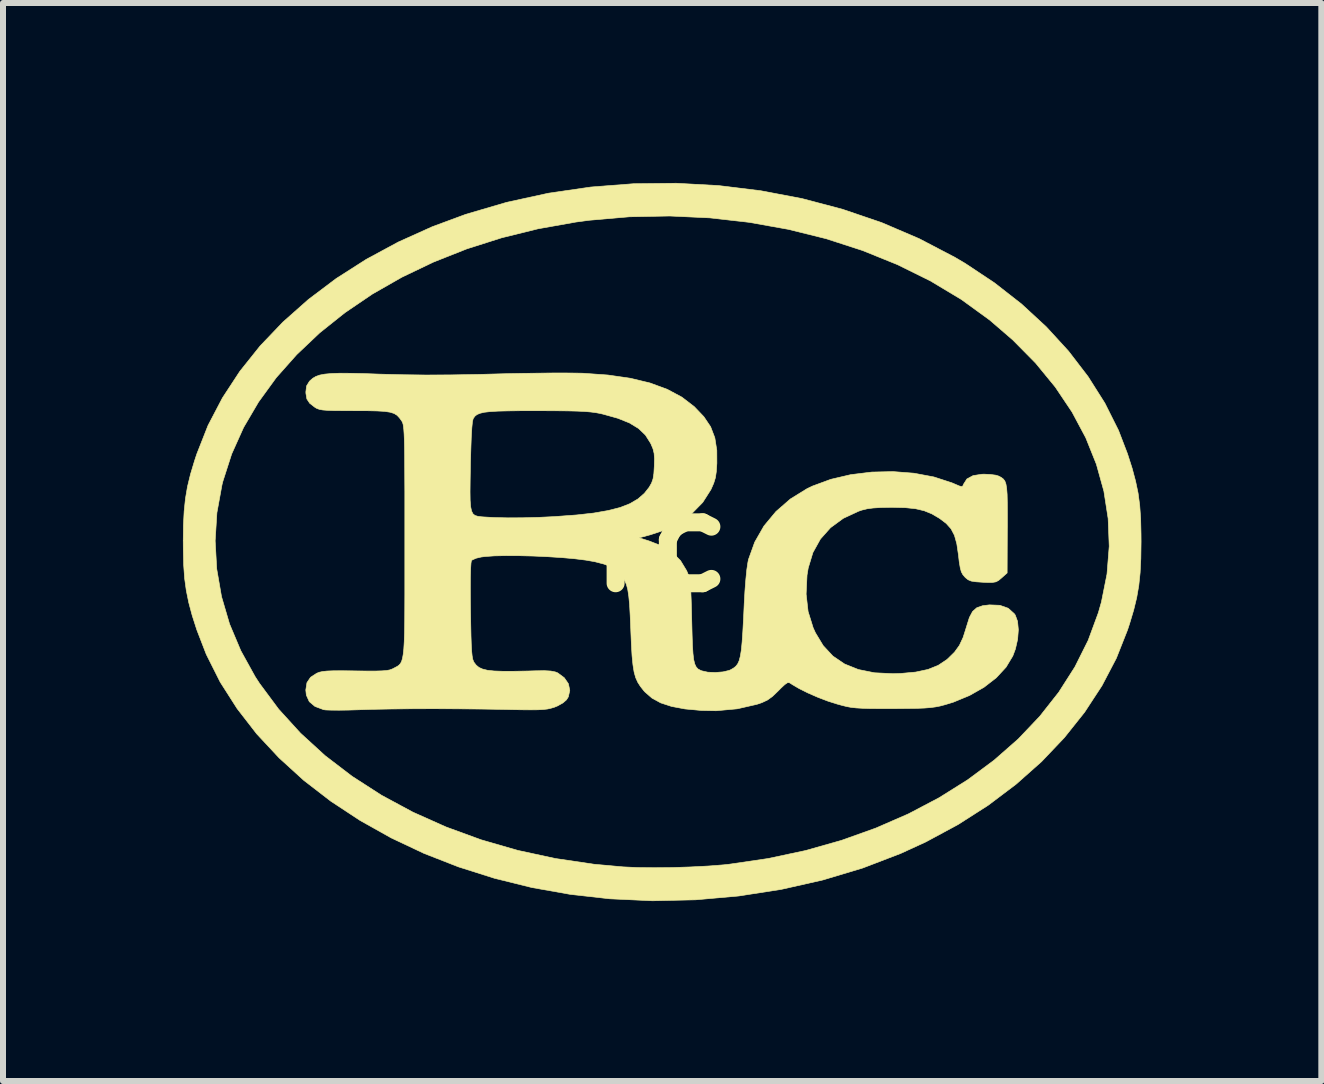
<source format=kicad_pcb>
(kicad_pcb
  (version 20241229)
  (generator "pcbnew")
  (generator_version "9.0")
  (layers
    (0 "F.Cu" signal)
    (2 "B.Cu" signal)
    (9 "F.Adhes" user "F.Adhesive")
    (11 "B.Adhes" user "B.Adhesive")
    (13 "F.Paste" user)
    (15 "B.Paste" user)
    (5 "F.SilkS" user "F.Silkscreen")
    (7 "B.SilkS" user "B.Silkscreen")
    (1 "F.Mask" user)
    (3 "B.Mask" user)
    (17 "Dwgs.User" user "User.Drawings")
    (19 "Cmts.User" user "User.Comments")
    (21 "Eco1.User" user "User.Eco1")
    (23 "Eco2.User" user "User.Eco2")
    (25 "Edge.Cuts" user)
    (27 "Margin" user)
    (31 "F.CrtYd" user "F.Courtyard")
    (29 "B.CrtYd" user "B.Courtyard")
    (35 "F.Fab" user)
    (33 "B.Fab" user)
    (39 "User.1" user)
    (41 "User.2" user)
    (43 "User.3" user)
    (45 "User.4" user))
  (footprint "rc"
    (layer "F.Cu")
    (at 7.975 5.984)
    (property "Reference" "rc" (at 0 0 0) (layer "F.SilkS") (effects (font (size 1.524 1.524) (thickness 0.3))))
    (attr through_hole)
    (fp_poly (pts (xy 0.957 -5.94) (xy 1.659 -5.854) (xy 2.348 -5.723) (xy 3.021 -5.545) (xy 3.673 -5.323) (xy 4.299 -5.055) (xy 4.896 -4.743) (xy 5.064 -4.644) (xy 5.552 -4.32) (xy 6.005 -3.966) (xy 6.418 -3.585) (xy 6.789 -3.18) (xy 7.115 -2.755) (xy 7.394 -2.314) (xy 7.622 -1.859) (xy 7.772 -1.468) (xy 7.849 -1.227) (xy 7.906 -1.014) (xy 7.948 -0.814) (xy 7.975 -0.612) (xy 7.991 -0.391) (xy 7.997 -0.137) (xy 7.998 0) (xy 7.994 0.278) (xy 7.982 0.516) (xy 7.96 0.727) (xy 7.925 0.929) (xy 7.875 1.135) (xy 7.807 1.362) (xy 7.773 1.466) (xy 7.586 1.939) (xy 7.346 2.397) (xy 7.057 2.839) (xy 6.72 3.262) (xy 6.338 3.664) (xy 5.913 4.041) (xy 5.449 4.391) (xy 4.947 4.712) (xy 4.411 5.001) (xy 3.993 5.193) (xy 3.357 5.437) (xy 2.69 5.637) (xy 1.999 5.793) (xy 1.291 5.903) (xy 0.573 5.967) (xy -0.148 5.983) (xy -0.861 5.95) (xy -1.518 5.876) (xy -2.159 5.762) (xy -2.781 5.608) (xy -3.381 5.418) (xy -3.957 5.193) (xy -4.505 4.934) (xy -5.024 4.643) (xy -5.51 4.323) (xy -5.961 3.975) (xy -6.373 3.6) (xy -6.745 3.201) (xy -7.072 2.779) (xy -7.354 2.337) (xy -7.586 1.875) (xy -7.744 1.466) (xy -7.821 1.226) (xy -7.878 1.013) (xy -7.919 0.812) (xy -7.947 0.609) (xy -7.963 0.386) (xy -7.969 0.13) (xy -7.97 0) (xy -7.97 -0.018) (xy -7.438 -0.018) (xy -7.412 0.45) (xy -7.332 0.913) (xy -7.198 1.369) (xy -7.01 1.815) (xy -6.77 2.249) (xy -6.697 2.361) (xy -6.38 2.788) (xy -6.015 3.189) (xy -5.606 3.563) (xy -5.155 3.908) (xy -4.666 4.223) (xy -4.143 4.505) (xy -3.588 4.753) (xy -3.005 4.966) (xy -2.397 5.142) (xy -1.768 5.278) (xy -1.12 5.374) (xy -0.635 5.418) (xy -0.395 5.429) (xy -0.117 5.432) (xy 0.183 5.429) (xy 0.487 5.419) (xy 0.777 5.404) (xy 1.037 5.384) (xy 1.129 5.374) (xy 1.777 5.279) (xy 2.402 5.146) (xy 3.003 4.976) (xy 3.576 4.771) (xy 4.12 4.534) (xy 4.631 4.265) (xy 5.108 3.966) (xy 5.548 3.639) (xy 5.95 3.286) (xy 6.309 2.908) (xy 6.625 2.507) (xy 6.895 2.084) (xy 7.116 1.642) (xy 7.286 1.181) (xy 7.337 1.002) (xy 7.43 0.537) (xy 7.467 0.072) (xy 7.449 -0.389) (xy 7.378 -0.846) (xy 7.253 -1.295) (xy 7.076 -1.736) (xy 6.847 -2.165) (xy 6.568 -2.581) (xy 6.239 -2.982) (xy 5.86 -3.366) (xy 5.475 -3.698) (xy 5.001 -4.042) (xy 4.486 -4.351) (xy 3.935 -4.623) (xy 3.354 -4.858) (xy 2.746 -5.055) (xy 2.116 -5.211) (xy 1.468 -5.327) (xy 0.808 -5.402) (xy 0.141 -5.433) (xy -0.531 -5.42) (xy -1.201 -5.362) (xy -1.425 -5.332) (xy -2.054 -5.22) (xy -2.661 -5.07) (xy -3.243 -4.885) (xy -3.798 -4.665) (xy -4.323 -4.414) (xy -4.817 -4.132) (xy -5.275 -3.821) (xy -5.697 -3.484) (xy -6.079 -3.122) (xy -6.42 -2.738) (xy -6.715 -2.332) (xy -6.964 -1.908) (xy -7.163 -1.465) (xy -7.31 -1.008) (xy -7.324 -0.952) (xy -7.409 -0.486) (xy -7.438 -0.018) (xy -7.97 -0.018) (xy -7.967 -0.277) (xy -7.955 -0.512) (xy -7.933 -0.723) (xy -7.899 -0.923) (xy -7.849 -1.128) (xy -7.781 -1.354) (xy -7.744 -1.466) (xy -7.557 -1.941) (xy -7.317 -2.4) (xy -7.027 -2.843) (xy -6.69 -3.265) (xy -6.308 -3.665) (xy -5.884 -4.041) (xy -5.421 -4.39) (xy -4.92 -4.71) (xy -4.385 -4.999) (xy -3.819 -5.254) (xy -3.26 -5.461) (xy -2.578 -5.661) (xy -1.882 -5.813) (xy -1.176 -5.916) (xy -0.465 -5.971) (xy 0.248 -5.979) (xy 0.957 -5.94)) (stroke (width 0.01) (type solid)) (fill yes) (layer "F.SilkS"))
    (fp_poly (pts (xy -1.422 -2.814) (xy -1.312 -2.812) (xy -0.89 -2.782) (xy -0.516 -2.728) (xy -0.188 -2.649) (xy 0.098 -2.544) (xy 0.343 -2.413) (xy 0.55 -2.254) (xy 0.709 -2.087) (xy 0.822 -1.919) (xy 0.892 -1.736) (xy 0.925 -1.526) (xy 0.926 -1.312) (xy 0.917 -1.174) (xy 0.902 -1.071) (xy 0.874 -0.98) (xy 0.83 -0.879) (xy 0.824 -0.868) (xy 0.691 -0.659) (xy 0.51 -0.474) (xy 0.288 -0.316) (xy 0.031 -0.19) (xy -0.178 -0.12) (xy -0.37 -0.068) (xy -0.206 -0.016) (xy 0.014 0.069) (xy 0.187 0.177) (xy 0.32 0.312) (xy 0.422 0.48) (xy 0.428 0.494) (xy 0.448 0.542) (xy 0.464 0.593) (xy 0.476 0.652) (xy 0.485 0.73) (xy 0.492 0.834) (xy 0.498 0.971) (xy 0.503 1.152) (xy 0.507 1.312) (xy 0.513 1.543) (xy 0.519 1.725) (xy 0.528 1.863) (xy 0.54 1.965) (xy 0.558 2.037) (xy 0.581 2.085) (xy 0.611 2.118) (xy 0.651 2.14) (xy 0.672 2.149) (xy 0.774 2.172) (xy 0.902 2.177) (xy 1.029 2.167) (xy 1.133 2.142) (xy 1.153 2.133) (xy 1.201 2.106) (xy 1.24 2.076) (xy 1.272 2.036) (xy 1.297 1.982) (xy 1.317 1.906) (xy 1.334 1.803) (xy 1.347 1.667) (xy 1.359 1.492) (xy 1.371 1.272) (xy 1.382 1.03) (xy 1.394 0.817) (xy 1.409 0.624) (xy 1.425 0.463) (xy 1.443 0.343) (xy 1.452 0.296) (xy 1.557 0.004) (xy 1.711 -0.265) (xy 1.911 -0.506) (xy 2.151 -0.715) (xy 2.429 -0.887) (xy 2.521 -0.931) (xy 2.825 -1.043) (xy 3.158 -1.121) (xy 3.508 -1.164) (xy 3.863 -1.172) (xy 4.212 -1.145) (xy 4.543 -1.083) (xy 4.844 -0.985) (xy 4.891 -0.965) (xy 4.968 -0.932) (xy 5.009 -0.922) (xy 5.028 -0.935) (xy 5.038 -0.961) (xy 5.094 -1.049) (xy 5.197 -1.105) (xy 5.344 -1.128) (xy 5.382 -1.129) (xy 5.487 -1.124) (xy 5.578 -1.112) (xy 5.625 -1.097) (xy 5.668 -1.074) (xy 5.701 -1.049) (xy 5.727 -1.015) (xy 5.745 -0.965) (xy 5.757 -0.893) (xy 5.765 -0.792) (xy 5.768 -0.656) (xy 5.769 -0.477) (xy 5.769 -0.249) (xy 5.768 -0.221) (xy 5.765 0.518) (xy 5.673 0.6) (xy 5.623 0.642) (xy 5.578 0.666) (xy 5.519 0.676) (xy 5.431 0.676) (xy 5.359 0.673) (xy 5.243 0.665) (xy 5.166 0.653) (xy 5.114 0.631) (xy 5.068 0.594) (xy 5.062 0.587) (xy 5.027 0.546) (xy 5.001 0.498) (xy 4.983 0.43) (xy 4.966 0.328) (xy 4.953 0.214) (xy 4.926 0.031) (xy 4.887 -0.109) (xy 4.83 -0.218) (xy 4.749 -0.308) (xy 4.638 -0.392) (xy 4.511 -0.467) (xy 4.383 -0.519) (xy 4.239 -0.553) (xy 4.067 -0.571) (xy 3.855 -0.576) (xy 3.824 -0.576) (xy 3.656 -0.573) (xy 3.53 -0.565) (xy 3.432 -0.552) (xy 3.346 -0.531) (xy 3.29 -0.512) (xy 3.034 -0.393) (xy 2.821 -0.237) (xy 2.652 -0.047) (xy 2.527 0.178) (xy 2.449 0.435) (xy 2.429 0.555) (xy 2.414 0.87) (xy 2.447 1.161) (xy 2.531 1.431) (xy 2.569 1.515) (xy 2.699 1.73) (xy 2.861 1.904) (xy 3.056 2.036) (xy 3.286 2.128) (xy 3.554 2.182) (xy 3.862 2.197) (xy 3.993 2.193) (xy 4.242 2.17) (xy 4.447 2.126) (xy 4.616 2.058) (xy 4.759 1.963) (xy 4.78 1.944) (xy 4.888 1.838) (xy 4.969 1.726) (xy 5.031 1.594) (xy 5.085 1.423) (xy 5.09 1.406) (xy 5.136 1.26) (xy 5.189 1.16) (xy 5.259 1.098) (xy 5.356 1.064) (xy 5.469 1.05) (xy 5.644 1.057) (xy 5.783 1.106) (xy 5.884 1.197) (xy 5.9 1.219) (xy 5.939 1.325) (xy 5.952 1.465) (xy 5.94 1.624) (xy 5.903 1.786) (xy 5.86 1.901) (xy 5.747 2.089) (xy 5.584 2.265) (xy 5.379 2.424) (xy 5.137 2.561) (xy 4.866 2.673) (xy 4.727 2.715) (xy 4.648 2.736) (xy 4.571 2.751) (xy 4.488 2.762) (xy 4.388 2.77) (xy 4.263 2.775) (xy 4.102 2.777) (xy 3.896 2.779) (xy 3.852 2.779) (xy 3.642 2.779) (xy 3.478 2.778) (xy 3.351 2.774) (xy 3.25 2.768) (xy 3.166 2.759) (xy 3.09 2.745) (xy 3.01 2.725) (xy 2.93 2.703) (xy 2.775 2.654) (xy 2.608 2.59) (xy 2.443 2.518) (xy 2.297 2.445) (xy 2.184 2.379) (xy 2.161 2.363) (xy 2.131 2.346) (xy 2.1 2.349) (xy 2.057 2.379) (xy 1.992 2.44) (xy 1.948 2.485) (xy 1.853 2.576) (xy 1.77 2.636) (xy 1.676 2.68) (xy 1.593 2.708) (xy 1.265 2.783) (xy 0.913 2.815) (xy 0.666 2.81) (xy 0.394 2.785) (xy 0.171 2.743) (xy -0.01 2.684) (xy -0.156 2.604) (xy -0.274 2.501) (xy -0.292 2.481) (xy -0.348 2.41) (xy -0.393 2.34) (xy -0.428 2.262) (xy -0.454 2.168) (xy -0.473 2.049) (xy -0.488 1.899) (xy -0.499 1.709) (xy -0.509 1.471) (xy -0.509 1.464) (xy -0.519 1.231) (xy -0.529 1.046) (xy -0.543 0.903) (xy -0.56 0.792) (xy -0.583 0.707) (xy -0.614 0.639) (xy -0.653 0.58) (xy -0.7 0.527) (xy -0.773 0.459) (xy -0.853 0.41) (xy -0.956 0.37) (xy -1.098 0.333) (xy -1.116 0.329) (xy -1.258 0.304) (xy -1.443 0.281) (xy -1.657 0.262) (xy -1.891 0.247) (xy -2.132 0.236) (xy -2.369 0.23) (xy -2.59 0.229) (xy -2.784 0.233) (xy -2.94 0.244) (xy -3.002 0.252) (xy -3.087 0.272) (xy -3.15 0.3) (xy -3.166 0.313) (xy -3.173 0.354) (xy -3.179 0.445) (xy -3.183 0.584) (xy -3.184 0.764) (xy -3.183 0.981) (xy -3.181 1.145) (xy -3.177 1.382) (xy -3.173 1.57) (xy -3.168 1.714) (xy -3.162 1.821) (xy -3.154 1.899) (xy -3.145 1.953) (xy -3.132 1.989) (xy -3.121 2.01) (xy -3.085 2.056) (xy -3.04 2.093) (xy -2.98 2.12) (xy -2.899 2.14) (xy -2.789 2.152) (xy -2.646 2.157) (xy -2.461 2.157) (xy -2.23 2.153) (xy -2.099 2.149) (xy -1.948 2.147) (xy -1.842 2.153) (xy -1.767 2.168) (xy -1.727 2.184) (xy -1.618 2.265) (xy -1.549 2.365) (xy -1.526 2.475) (xy -1.55 2.583) (xy -1.581 2.633) (xy -1.64 2.684) (xy -1.729 2.734) (xy -1.785 2.757) (xy -1.84 2.773) (xy -1.897 2.786) (xy -1.967 2.794) (xy -2.057 2.799) (xy -2.177 2.8) (xy -2.334 2.799) (xy -2.539 2.795) (xy -2.568 2.794) (xy -2.975 2.787) (xy -3.384 2.783) (xy -3.785 2.781) (xy -4.168 2.782) (xy -4.523 2.786) (xy -4.839 2.792) (xy -5.052 2.799) (xy -5.219 2.804) (xy -5.373 2.806) (xy -5.501 2.805) (xy -5.592 2.802) (xy -5.63 2.797) (xy -5.774 2.743) (xy -5.869 2.663) (xy -5.918 2.554) (xy -5.927 2.469) (xy -5.908 2.347) (xy -5.847 2.256) (xy -5.745 2.19) (xy -5.702 2.173) (xy -5.647 2.161) (xy -5.574 2.153) (xy -5.472 2.149) (xy -5.333 2.148) (xy -5.148 2.15) (xy -5.102 2.151) (xy -4.909 2.153) (xy -4.763 2.153) (xy -4.657 2.15) (xy -4.581 2.144) (xy -4.527 2.134) (xy -4.486 2.119) (xy -4.466 2.109) (xy -4.43 2.09) (xy -4.398 2.073) (xy -4.372 2.053) (xy -4.349 2.028) (xy -4.33 1.992) (xy -4.315 1.942) (xy -4.303 1.874) (xy -4.293 1.783) (xy -4.286 1.667) (xy -4.281 1.52) (xy -4.278 1.338) (xy -4.277 1.119) (xy -4.276 0.857) (xy -4.276 0.548) (xy -4.276 0.19) (xy -4.276 -0.014) (xy -4.276 -0.392) (xy -4.276 -0.717) (xy -4.276 -0.834) (xy -3.189 -0.834) (xy -3.187 -0.693) (xy -3.179 -0.588) (xy -3.164 -0.516) (xy -3.141 -0.469) (xy -3.107 -0.441) (xy -3.061 -0.427) (xy -3.001 -0.419) (xy -2.963 -0.416) (xy -2.785 -0.406) (xy -2.563 -0.401) (xy -2.312 -0.402) (xy -2.045 -0.409) (xy -1.775 -0.422) (xy -1.75 -0.424) (xy -1.412 -0.449) (xy -1.125 -0.481) (xy -0.885 -0.523) (xy -0.685 -0.574) (xy -0.522 -0.638) (xy -0.39 -0.716) (xy -0.283 -0.809) (xy -0.203 -0.91) (xy -0.163 -0.98) (xy -0.138 -1.051) (xy -0.124 -1.142) (xy -0.117 -1.262) (xy -0.114 -1.386) (xy -0.12 -1.475) (xy -0.138 -1.55) (xy -0.172 -1.631) (xy -0.182 -1.65) (xy -0.265 -1.781) (xy -0.38 -1.891) (xy -0.531 -1.983) (xy -0.725 -2.061) (xy -0.969 -2.129) (xy -1.015 -2.14) (xy -1.089 -2.154) (xy -1.173 -2.165) (xy -1.275 -2.174) (xy -1.401 -2.18) (xy -1.56 -2.184) (xy -1.758 -2.186) (xy -2.003 -2.187) (xy -2.074 -2.187) (xy -2.339 -2.187) (xy -2.554 -2.184) (xy -2.723 -2.18) (xy -2.854 -2.172) (xy -2.952 -2.161) (xy -3.023 -2.144) (xy -3.073 -2.123) (xy -3.108 -2.095) (xy -3.133 -2.06) (xy -3.138 -2.05) (xy -3.149 -2.002) (xy -3.159 -1.901) (xy -3.168 -1.752) (xy -3.175 -1.558) (xy -3.182 -1.324) (xy -3.183 -1.257) (xy -3.187 -1.021) (xy -3.189 -0.834) (xy -4.276 -0.834) (xy -4.277 -0.994) (xy -4.278 -1.227) (xy -4.279 -1.419) (xy -4.281 -1.576) (xy -4.284 -1.701) (xy -4.288 -1.798) (xy -4.293 -1.871) (xy -4.299 -1.924) (xy -4.305 -1.962) (xy -4.314 -1.989) (xy -4.323 -2.008) (xy -4.325 -2.012) (xy -4.365 -2.067) (xy -4.405 -2.11) (xy -4.455 -2.141) (xy -4.522 -2.162) (xy -4.614 -2.176) (xy -4.739 -2.183) (xy -4.904 -2.187) (xy -5.108 -2.187) (xy -5.306 -2.188) (xy -5.456 -2.189) (xy -5.566 -2.193) (xy -5.644 -2.199) (xy -5.699 -2.209) (xy -5.739 -2.223) (xy -5.772 -2.241) (xy -5.773 -2.242) (xy -5.862 -2.311) (xy -5.909 -2.382) (xy -5.925 -2.476) (xy -5.926 -2.501) (xy -5.914 -2.6) (xy -5.868 -2.675) (xy -5.855 -2.689) (xy -5.81 -2.728) (xy -5.759 -2.758) (xy -5.695 -2.781) (xy -5.611 -2.797) (xy -5.501 -2.807) (xy -5.359 -2.812) (xy -5.18 -2.811) (xy -4.956 -2.806) (xy -4.705 -2.797) (xy -4.323 -2.787) (xy -3.925 -2.782) (xy -3.501 -2.784) (xy -3.039 -2.792) (xy -2.818 -2.798) (xy -2.555 -2.805) (xy -2.291 -2.81) (xy -2.036 -2.813) (xy -1.8 -2.816) (xy -1.592 -2.816) (xy -1.422 -2.814)) (stroke (width 0.01) (type solid)) (fill yes) (layer "F.SilkS")))
  (gr_rect
    (start -3 -3)
    (end 18.978 14.972)
    (stroke (width 0.1) (type default))
    (fill no)
    (layer "Edge.Cuts")))
</source>
